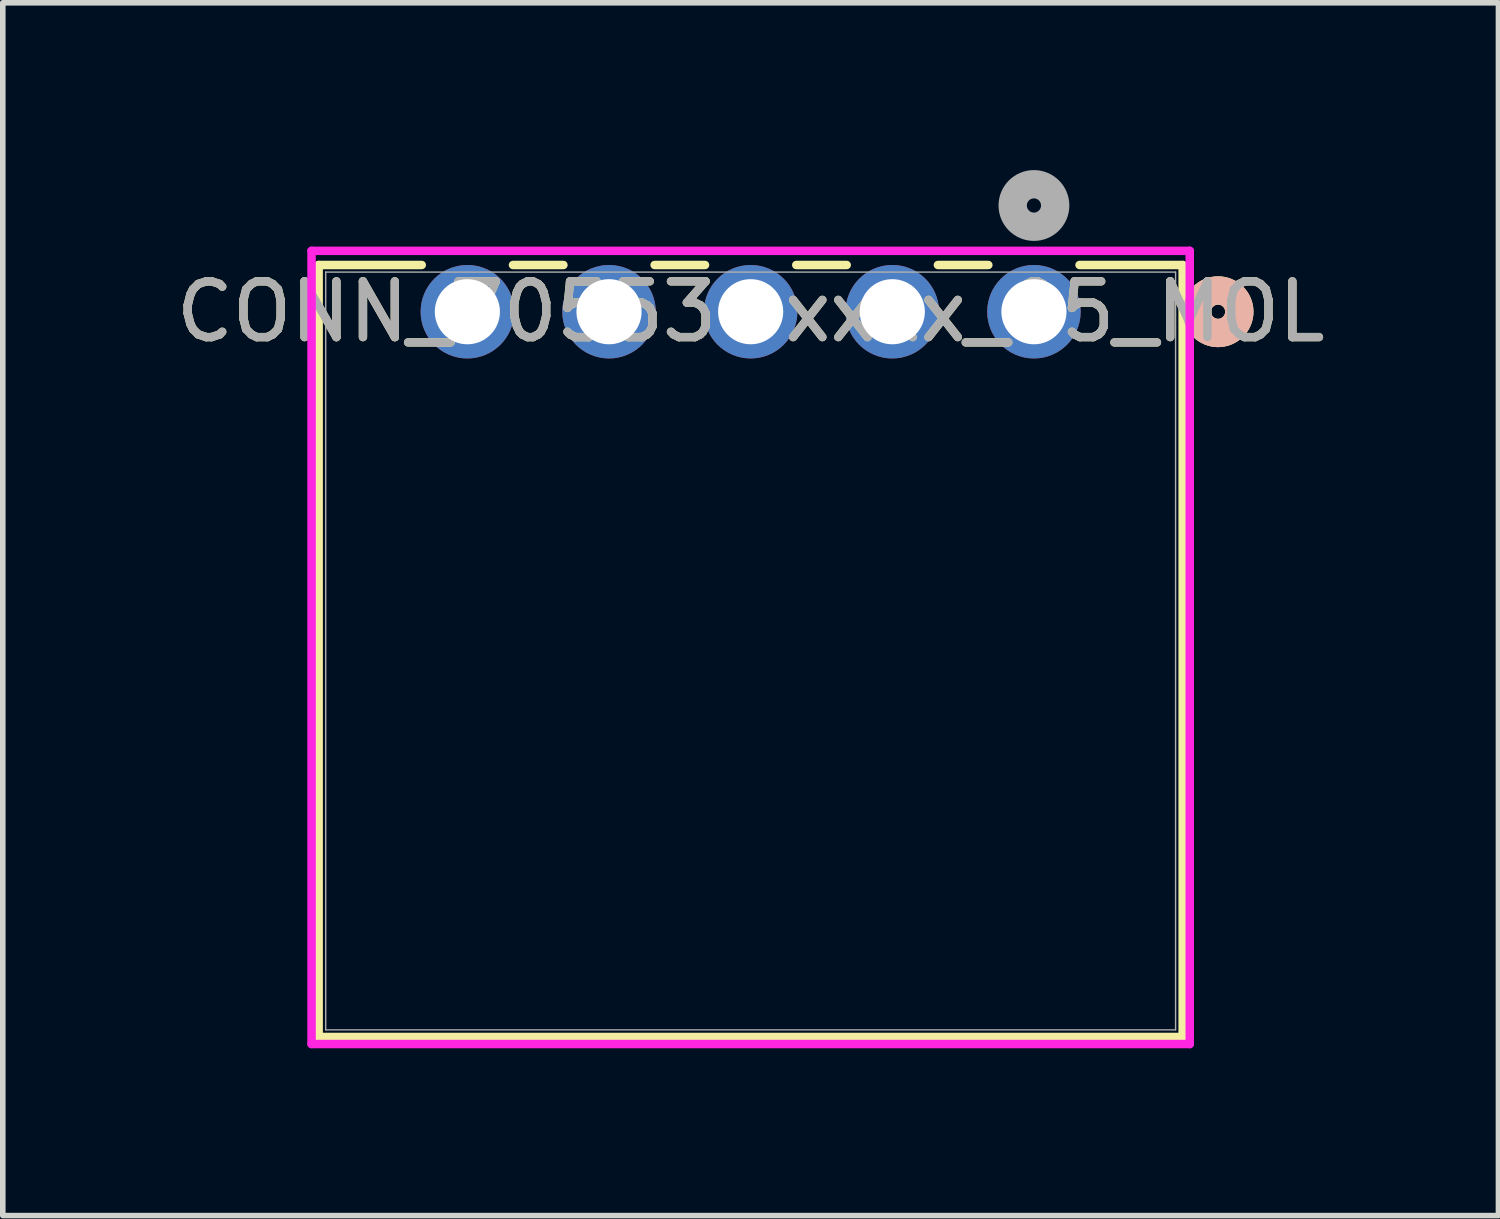
<source format=kicad_pcb>
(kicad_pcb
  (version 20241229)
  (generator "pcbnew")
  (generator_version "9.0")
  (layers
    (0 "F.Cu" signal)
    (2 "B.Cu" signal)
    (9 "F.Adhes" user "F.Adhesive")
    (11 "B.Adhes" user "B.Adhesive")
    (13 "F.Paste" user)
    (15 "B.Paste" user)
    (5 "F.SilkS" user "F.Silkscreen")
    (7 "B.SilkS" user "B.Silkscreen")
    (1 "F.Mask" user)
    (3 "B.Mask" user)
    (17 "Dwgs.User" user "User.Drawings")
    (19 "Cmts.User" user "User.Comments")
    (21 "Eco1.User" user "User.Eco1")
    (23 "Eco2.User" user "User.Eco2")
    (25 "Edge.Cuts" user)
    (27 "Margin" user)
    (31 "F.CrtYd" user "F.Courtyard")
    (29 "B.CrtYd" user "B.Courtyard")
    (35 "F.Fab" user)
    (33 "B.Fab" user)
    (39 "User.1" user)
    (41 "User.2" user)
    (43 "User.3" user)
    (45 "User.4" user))
  (footprint "CONN_70553-xxxx_05_MOL"
    (layer "F.Cu")
    (at 15.491 2.54)
    (property "Reference" "CONN_70553-xxxx_05_MOL" (at -5.08 0 0) (unlocked yes) (layer "F.SilkS") (effects (font (size 1 1) (thickness 0.15))))
    (attr through_hole)
    (fp_line (start -12.827 -0.838) (end -12.827 13.005) (stroke (width 0.152) (type solid)) (layer "F.SilkS"))
    (fp_line (start -12.827 13.005) (end 2.667 13.005) (stroke (width 0.152) (type solid)) (layer "F.SilkS"))
    (fp_line (start -10.978 -0.838) (end -12.827 -0.838) (stroke (width 0.152) (type solid)) (layer "F.SilkS"))
    (fp_line (start -8.438 -0.838) (end -9.342 -0.838) (stroke (width 0.152) (type solid)) (layer "F.SilkS"))
    (fp_line (start -5.898 -0.838) (end -6.802 -0.838) (stroke (width 0.152) (type solid)) (layer "F.SilkS"))
    (fp_line (start -3.358 -0.838) (end -4.262 -0.838) (stroke (width 0.152) (type solid)) (layer "F.SilkS"))
    (fp_line (start -0.818 -0.838) (end -1.722 -0.838) (stroke (width 0.152) (type solid)) (layer "F.SilkS"))
    (fp_line (start 2.667 -0.838) (end 0.818 -0.838) (stroke (width 0.152) (type solid)) (layer "F.SilkS"))
    (fp_line (start 2.667 13.005) (end 2.667 -0.838) (stroke (width 0.152) (type solid)) (layer "F.SilkS"))
    (fp_circle (center 3.302 0) (end 3.683 0) (stroke (width 0.508) (type solid)) (fill no) (layer "F.SilkS"))
    (fp_circle (center 3.302 0) (end 3.683 0) (stroke (width 0.508) (type solid)) (fill no) (layer "B.SilkS"))
    (fp_line (start -12.954 -1.092) (end -12.954 13.132) (stroke (width 0.152) (type solid)) (layer "F.CrtYd"))
    (fp_line (start -12.954 13.132) (end 2.794 13.132) (stroke (width 0.152) (type solid)) (layer "F.CrtYd"))
    (fp_line (start 2.794 -1.092) (end -12.954 -1.092) (stroke (width 0.152) (type solid)) (layer "F.CrtYd"))
    (fp_line (start 2.794 13.132) (end 2.794 -1.092) (stroke (width 0.152) (type solid)) (layer "F.CrtYd"))
    (fp_line (start -12.7 -0.711) (end -12.7 12.878) (stroke (width 0.025) (type solid)) (layer "F.Fab"))
    (fp_line (start -12.7 12.878) (end 2.54 12.878) (stroke (width 0.025) (type solid)) (layer "F.Fab"))
    (fp_line (start 2.54 -0.711) (end -12.7 -0.711) (stroke (width 0.025) (type solid)) (layer "F.Fab"))
    (fp_line (start 2.54 12.878) (end 2.54 -0.711) (stroke (width 0.025) (type solid)) (layer "F.Fab"))
    (fp_circle (center 0 -1.905) (end 0.381 -1.905) (stroke (width 0.508) (type solid)) (fill no) (layer "F.Fab"))
    (fp_text user "${REFERENCE}" (at -5.08 0 0) (unlocked yes) (layer "F.Fab") (effects (font (size 1 1) (thickness 0.15))))
    (pad "1" thru_hole circle (at 0 0) (size 1.676 1.676) (drill 1.168) (layers "*.Cu" "*.Mask"))
    (pad "2" thru_hole circle (at -2.54 0) (size 1.676 1.676) (drill 1.168) (layers "*.Cu" "*.Mask"))
    (pad "3" thru_hole circle (at -5.08 0) (size 1.676 1.676) (drill 1.168) (layers "*.Cu" "*.Mask"))
    (pad "4" thru_hole circle (at -7.62 0) (size 1.676 1.676) (drill 1.168) (layers "*.Cu" "*.Mask"))
    (pad "5" thru_hole circle (at -10.16 0) (size 1.676 1.676) (drill 1.168) (layers "*.Cu" "*.Mask")))
  (gr_rect
    (start -3 -3)
    (end 23.821 18.748)
    (stroke (width 0.1) (type default))
    (fill no)
    (layer "Edge.Cuts")))
</source>
